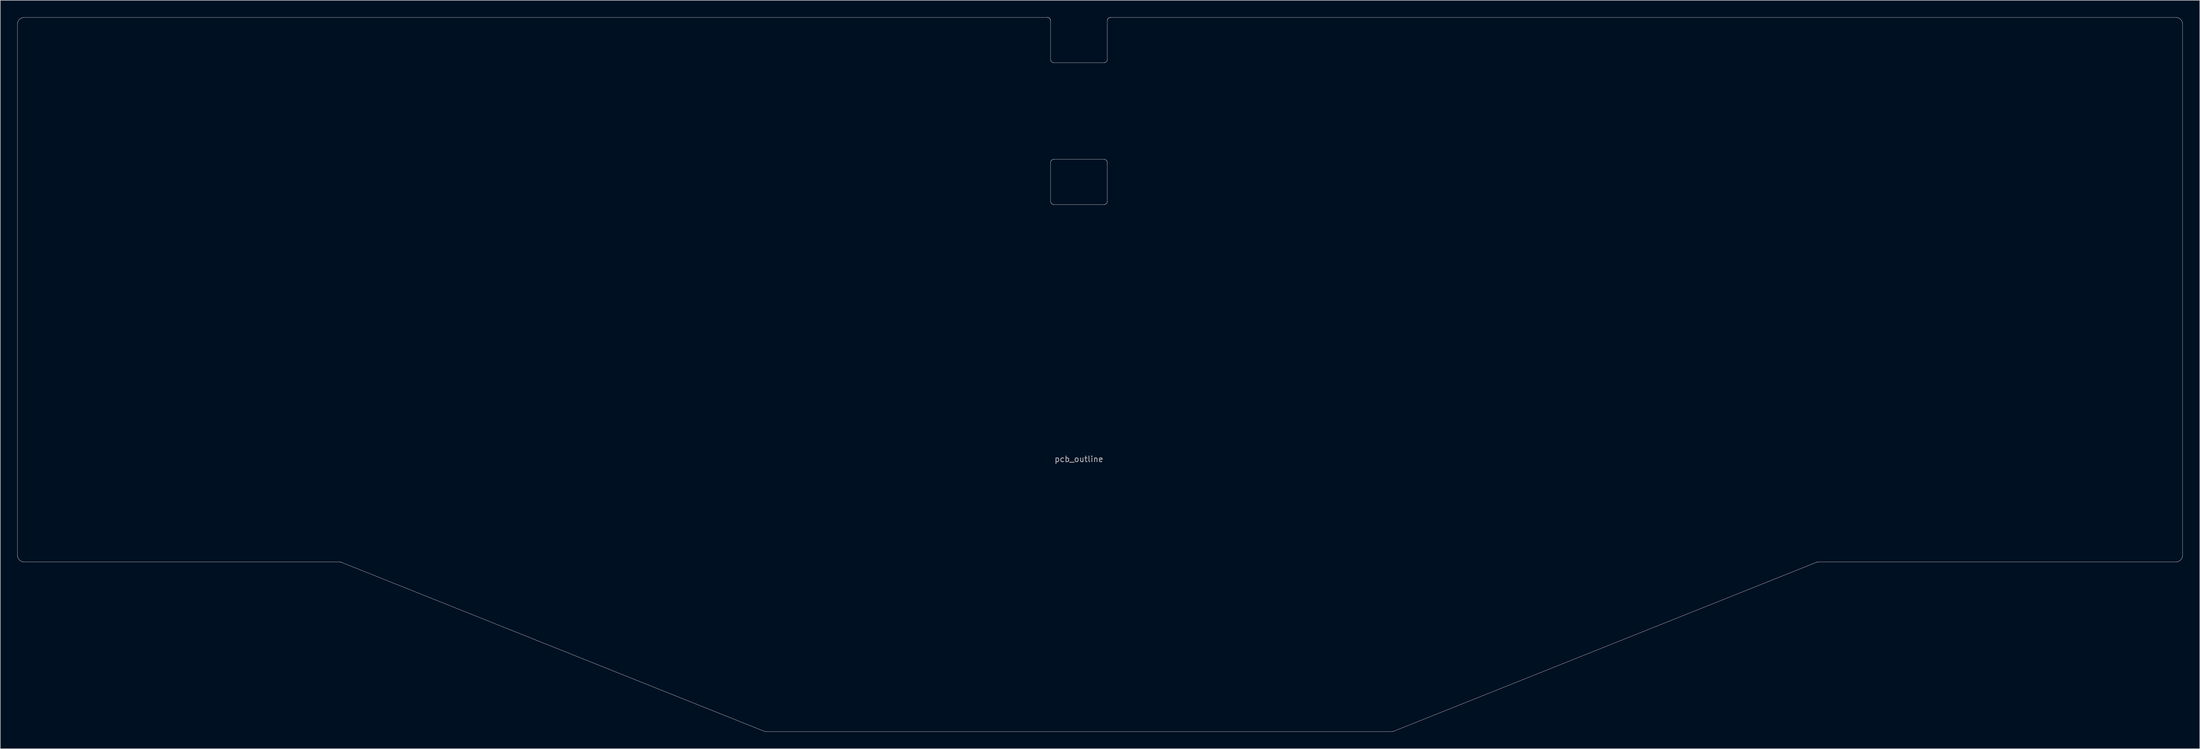
<source format=kicad_pcb>
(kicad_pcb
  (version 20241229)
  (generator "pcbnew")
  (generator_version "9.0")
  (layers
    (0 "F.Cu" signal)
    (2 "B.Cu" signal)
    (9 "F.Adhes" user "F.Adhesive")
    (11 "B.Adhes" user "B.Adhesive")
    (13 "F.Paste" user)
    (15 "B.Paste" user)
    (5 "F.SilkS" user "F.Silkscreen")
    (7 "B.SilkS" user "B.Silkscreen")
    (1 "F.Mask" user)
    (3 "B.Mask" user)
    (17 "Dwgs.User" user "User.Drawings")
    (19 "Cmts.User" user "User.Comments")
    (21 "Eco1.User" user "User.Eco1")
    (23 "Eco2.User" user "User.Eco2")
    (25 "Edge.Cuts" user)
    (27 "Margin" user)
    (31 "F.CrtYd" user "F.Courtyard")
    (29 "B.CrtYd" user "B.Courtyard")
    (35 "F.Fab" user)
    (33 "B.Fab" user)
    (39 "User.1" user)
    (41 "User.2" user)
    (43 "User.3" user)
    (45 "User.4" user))
  (footprint "pcb_outline"
    (layer "F.Cu")
    (at 187.251 77.118)
    (property "Reference" "pcb_outline" (at 0 0.893 0) (layer "F.Fab") (effects (font (size 1 1) (thickness 0.15))))
    (attr through_hole)
    (fp_line (start -129.777 0.000014) (end -128.587 0.000014) (stroke (width 0.05) (type solid)) (layer "Eco2.User"))
    (fp_line (start -128.587 0.000014) (end -128.587 1.191) (stroke (width 0.05) (type solid)) (layer "Eco2.User"))
    (fp_line (start -128.587 0) (end -128.587 -1.191) (stroke (width 0.05) (type solid)) (layer "Eco2.User"))
    (fp_line (start -127.397 0) (end -128.587 0) (stroke (width 0.05) (type solid)) (layer "Eco2.User"))
    (fp_line (start -1.191 0.000014) (end -0.000014 0.000014) (stroke (width 0.05) (type solid)) (layer "Eco2.User"))
    (fp_line (start -0.000014 0.000014) (end -0.000014 1.191) (stroke (width 0.05) (type solid)) (layer "Eco2.User"))
    (fp_line (start 0 0) (end 0 -1.191) (stroke (width 0.05) (type solid)) (layer "Eco2.User"))
    (fp_line (start 1.191 0) (end 0 0) (stroke (width 0.05) (type solid)) (layer "Eco2.User"))
    (fp_line (start 127.396 0.000014) (end 128.587 0.000014) (stroke (width 0.05) (type solid)) (layer "Eco2.User"))
    (fp_line (start 128.587 0) (end 128.587 -1.191) (stroke (width 0.05) (type solid)) (layer "Eco2.User"))
    (fp_line (start 128.587 0.000014) (end 128.587 1.191) (stroke (width 0.05) (type solid)) (layer "Eco2.User"))
    (fp_line (start 129.778 0) (end 128.587 0) (stroke (width 0.05) (type solid)) (layer "Eco2.User"))
    (fp_line (start -187.226 -75.902) (end -187.226 17.859) (stroke (width 0.05) (type solid)) (layer "Edge.Cuts"))
    (fp_line (start -187.226 17.859) (end -187.224 17.918) (stroke (width 0.05) (type solid)) (layer "Edge.Cuts"))
    (fp_line (start -187.224 -75.961) (end -187.226 -75.902) (stroke (width 0.05) (type solid)) (layer "Edge.Cuts"))
    (fp_line (start -187.224 17.918) (end -187.22 17.976) (stroke (width 0.05) (type solid)) (layer "Edge.Cuts"))
    (fp_line (start -187.22 -76.019) (end -187.224 -75.961) (stroke (width 0.05) (type solid)) (layer "Edge.Cuts"))
    (fp_line (start -187.22 17.976) (end -187.213 18.034) (stroke (width 0.05) (type solid)) (layer "Edge.Cuts"))
    (fp_line (start -187.213 -76.077) (end -187.22 -76.019) (stroke (width 0.05) (type solid)) (layer "Edge.Cuts"))
    (fp_line (start -187.213 18.034) (end -187.203 18.092) (stroke (width 0.05) (type solid)) (layer "Edge.Cuts"))
    (fp_line (start -187.203 -76.135) (end -187.213 -76.077) (stroke (width 0.05) (type solid)) (layer "Edge.Cuts"))
    (fp_line (start -187.203 18.092) (end -187.19 18.149) (stroke (width 0.05) (type solid)) (layer "Edge.Cuts"))
    (fp_line (start -187.19 -76.192) (end -187.203 -76.135) (stroke (width 0.05) (type solid)) (layer "Edge.Cuts"))
    (fp_line (start -187.19 18.149) (end -187.174 18.205) (stroke (width 0.05) (type solid)) (layer "Edge.Cuts"))
    (fp_line (start -187.174 -76.248) (end -187.19 -76.192) (stroke (width 0.05) (type solid)) (layer "Edge.Cuts"))
    (fp_line (start -187.174 18.205) (end -187.156 18.261) (stroke (width 0.05) (type solid)) (layer "Edge.Cuts"))
    (fp_line (start -187.156 -76.303) (end -187.174 -76.248) (stroke (width 0.05) (type solid)) (layer "Edge.Cuts"))
    (fp_line (start -187.156 18.261) (end -187.135 18.315) (stroke (width 0.05) (type solid)) (layer "Edge.Cuts"))
    (fp_line (start -187.135 -76.358) (end -187.156 -76.303) (stroke (width 0.05) (type solid)) (layer "Edge.Cuts"))
    (fp_line (start -187.135 18.315) (end -187.111 18.368) (stroke (width 0.05) (type solid)) (layer "Edge.Cuts"))
    (fp_line (start -187.111 -76.411) (end -187.135 -76.358) (stroke (width 0.05) (type solid)) (layer "Edge.Cuts"))
    (fp_line (start -187.111 18.368) (end -187.085 18.421) (stroke (width 0.05) (type solid)) (layer "Edge.Cuts"))
    (fp_line (start -187.085 -76.464) (end -187.111 -76.411) (stroke (width 0.05) (type solid)) (layer "Edge.Cuts"))
    (fp_line (start -187.085 18.421) (end -187.056 18.471) (stroke (width 0.05) (type solid)) (layer "Edge.Cuts"))
    (fp_line (start -187.056 -76.514) (end -187.085 -76.464) (stroke (width 0.05) (type solid)) (layer "Edge.Cuts"))
    (fp_line (start -187.056 18.471) (end -187.025 18.521) (stroke (width 0.05) (type solid)) (layer "Edge.Cuts"))
    (fp_line (start -187.025 -76.564) (end -187.056 -76.514) (stroke (width 0.05) (type solid)) (layer "Edge.Cuts"))
    (fp_line (start -187.025 18.521) (end -186.991 18.569) (stroke (width 0.05) (type solid)) (layer "Edge.Cuts"))
    (fp_line (start -186.991 -76.612) (end -187.025 -76.564) (stroke (width 0.05) (type solid)) (layer "Edge.Cuts"))
    (fp_line (start -186.991 18.569) (end -186.956 18.615) (stroke (width 0.05) (type solid)) (layer "Edge.Cuts"))
    (fp_line (start -186.956 -76.658) (end -186.991 -76.612) (stroke (width 0.05) (type solid)) (layer "Edge.Cuts"))
    (fp_line (start -186.956 18.615) (end -186.917 18.659) (stroke (width 0.05) (type solid)) (layer "Edge.Cuts"))
    (fp_line (start -186.917 -76.702) (end -186.956 -76.658) (stroke (width 0.05) (type solid)) (layer "Edge.Cuts"))
    (fp_line (start -186.917 18.659) (end -186.877 18.701) (stroke (width 0.05) (type solid)) (layer "Edge.Cuts"))
    (fp_line (start -186.877 -76.744) (end -186.917 -76.702) (stroke (width 0.05) (type solid)) (layer "Edge.Cuts"))
    (fp_line (start -186.877 18.701) (end -186.835 18.742) (stroke (width 0.05) (type solid)) (layer "Edge.Cuts"))
    (fp_line (start -186.835 -76.784) (end -186.877 -76.744) (stroke (width 0.05) (type solid)) (layer "Edge.Cuts"))
    (fp_line (start -186.835 18.742) (end -186.79 18.78) (stroke (width 0.05) (type solid)) (layer "Edge.Cuts"))
    (fp_line (start -186.79 -76.823) (end -186.835 -76.784) (stroke (width 0.05) (type solid)) (layer "Edge.Cuts"))
    (fp_line (start -186.79 18.78) (end -186.744 18.816) (stroke (width 0.05) (type solid)) (layer "Edge.Cuts"))
    (fp_line (start -186.744 -76.859) (end -186.79 -76.823) (stroke (width 0.05) (type solid)) (layer "Edge.Cuts"))
    (fp_line (start -186.744 18.816) (end -186.697 18.849) (stroke (width 0.05) (type solid)) (layer "Edge.Cuts"))
    (fp_line (start -186.697 -76.892) (end -186.744 -76.859) (stroke (width 0.05) (type solid)) (layer "Edge.Cuts"))
    (fp_line (start -186.697 18.849) (end -186.647 18.881) (stroke (width 0.05) (type solid)) (layer "Edge.Cuts"))
    (fp_line (start -186.647 -76.924) (end -186.697 -76.892) (stroke (width 0.05) (type solid)) (layer "Edge.Cuts"))
    (fp_line (start -186.647 18.881) (end -186.596 18.909) (stroke (width 0.05) (type solid)) (layer "Edge.Cuts"))
    (fp_line (start -186.596 -76.952) (end -186.647 -76.924) (stroke (width 0.05) (type solid)) (layer "Edge.Cuts"))
    (fp_line (start -186.596 18.909) (end -186.544 18.936) (stroke (width 0.05) (type solid)) (layer "Edge.Cuts"))
    (fp_line (start -186.544 -76.979) (end -186.596 -76.952) (stroke (width 0.05) (type solid)) (layer "Edge.Cuts"))
    (fp_line (start -186.544 18.936) (end -186.491 18.959) (stroke (width 0.05) (type solid)) (layer "Edge.Cuts"))
    (fp_line (start -186.491 -77.002) (end -186.544 -76.979) (stroke (width 0.05) (type solid)) (layer "Edge.Cuts"))
    (fp_line (start -186.491 18.959) (end -186.436 18.98) (stroke (width 0.05) (type solid)) (layer "Edge.Cuts"))
    (fp_line (start -186.436 -77.023) (end -186.491 -77.002) (stroke (width 0.05) (type solid)) (layer "Edge.Cuts"))
    (fp_line (start -186.436 18.98) (end -186.381 18.999) (stroke (width 0.05) (type solid)) (layer "Edge.Cuts"))
    (fp_line (start -186.381 -77.042) (end -186.436 -77.023) (stroke (width 0.05) (type solid)) (layer "Edge.Cuts"))
    (fp_line (start -186.381 18.999) (end -186.324 19.014) (stroke (width 0.05) (type solid)) (layer "Edge.Cuts"))
    (fp_line (start -186.324 -77.057) (end -186.381 -77.042) (stroke (width 0.05) (type solid)) (layer "Edge.Cuts"))
    (fp_line (start -186.324 19.014) (end -186.267 19.027) (stroke (width 0.05) (type solid)) (layer "Edge.Cuts"))
    (fp_line (start -186.267 -77.07) (end -186.324 -77.057) (stroke (width 0.05) (type solid)) (layer "Edge.Cuts"))
    (fp_line (start -186.267 19.027) (end -186.21 19.037) (stroke (width 0.05) (type solid)) (layer "Edge.Cuts"))
    (fp_line (start -186.21 -77.08) (end -186.267 -77.07) (stroke (width 0.05) (type solid)) (layer "Edge.Cuts"))
    (fp_line (start -186.21 19.037) (end -186.152 19.044) (stroke (width 0.05) (type solid)) (layer "Edge.Cuts"))
    (fp_line (start -186.152 -77.087) (end -186.21 -77.08) (stroke (width 0.05) (type solid)) (layer "Edge.Cuts"))
    (fp_line (start -186.152 19.044) (end -186.094 19.049) (stroke (width 0.05) (type solid)) (layer "Edge.Cuts"))
    (fp_line (start -186.094 -77.091) (end -186.152 -77.087) (stroke (width 0.05) (type solid)) (layer "Edge.Cuts"))
    (fp_line (start -186.094 19.049) (end -186.035 19.05) (stroke (width 0.05) (type solid)) (layer "Edge.Cuts"))
    (fp_line (start -186.035 -77.093) (end -186.094 -77.091) (stroke (width 0.05) (type solid)) (layer "Edge.Cuts"))
    (fp_line (start -186.035 19.05) (end -130.491 19.05) (stroke (width 0.05) (type solid)) (layer "Edge.Cuts"))
    (fp_line (start -130.491 19.05) (end -130.475 19.05) (stroke (width 0.05) (type solid)) (layer "Edge.Cuts"))
    (fp_line (start -130.475 19.05) (end -130.44 19.051) (stroke (width 0.05) (type solid)) (layer "Edge.Cuts"))
    (fp_line (start -130.44 19.051) (end -130.41 19.052) (stroke (width 0.05) (type solid)) (layer "Edge.Cuts"))
    (fp_line (start -130.41 19.052) (end -130.381 19.055) (stroke (width 0.05) (type solid)) (layer "Edge.Cuts"))
    (fp_line (start -130.381 19.055) (end -130.353 19.058) (stroke (width 0.05) (type solid)) (layer "Edge.Cuts"))
    (fp_line (start -130.353 19.058) (end -130.323 19.061) (stroke (width 0.05) (type solid)) (layer "Edge.Cuts"))
    (fp_line (start -130.323 19.061) (end -130.295 19.065) (stroke (width 0.05) (type solid)) (layer "Edge.Cuts"))
    (fp_line (start -130.295 19.065) (end -130.265 19.07) (stroke (width 0.05) (type solid)) (layer "Edge.Cuts"))
    (fp_line (start -130.265 19.07) (end -130.237 19.076) (stroke (width 0.05) (type solid)) (layer "Edge.Cuts"))
    (fp_line (start -130.237 19.076) (end -130.208 19.082) (stroke (width 0.05) (type solid)) (layer "Edge.Cuts"))
    (fp_line (start -130.208 19.082) (end -130.18 19.09) (stroke (width 0.05) (type solid)) (layer "Edge.Cuts"))
    (fp_line (start -130.18 19.09) (end -130.152 19.097) (stroke (width 0.05) (type solid)) (layer "Edge.Cuts"))
    (fp_line (start -130.152 19.097) (end -130.124 19.106) (stroke (width 0.05) (type solid)) (layer "Edge.Cuts"))
    (fp_line (start -130.124 19.106) (end -130.095 19.116) (stroke (width 0.05) (type solid)) (layer "Edge.Cuts"))
    (fp_line (start -130.095 19.116) (end -130.07 19.124) (stroke (width 0.05) (type solid)) (layer "Edge.Cuts"))
    (fp_line (start -130.07 19.124) (end -130.046 19.133) (stroke (width 0.05) (type solid)) (layer "Edge.Cuts"))
    (fp_line (start -130.046 19.133) (end -130.036 19.137) (stroke (width 0.05) (type solid)) (layer "Edge.Cuts"))
    (fp_line (start -130.036 19.137) (end -55.578 48.922) (stroke (width 0.05) (type solid)) (layer "Edge.Cuts"))
    (fp_line (start -55.578 48.922) (end -55.523 48.943) (stroke (width 0.05) (type solid)) (layer "Edge.Cuts"))
    (fp_line (start -55.523 48.943) (end -55.467 48.96) (stroke (width 0.05) (type solid)) (layer "Edge.Cuts"))
    (fp_line (start -55.467 48.96) (end -55.41 48.975) (stroke (width 0.05) (type solid)) (layer "Edge.Cuts"))
    (fp_line (start -55.41 48.975) (end -55.353 48.987) (stroke (width 0.05) (type solid)) (layer "Edge.Cuts"))
    (fp_line (start -55.353 48.987) (end -55.296 48.996) (stroke (width 0.05) (type solid)) (layer "Edge.Cuts"))
    (fp_line (start -55.296 48.996) (end -55.237 49.003) (stroke (width 0.05) (type solid)) (layer "Edge.Cuts"))
    (fp_line (start -55.237 49.003) (end -55.179 49.007) (stroke (width 0.05) (type solid)) (layer "Edge.Cuts"))
    (fp_line (start -55.179 49.007) (end -55.135 49.007) (stroke (width 0.05) (type solid)) (layer "Edge.Cuts"))
    (fp_line (start -55.135 49.007) (end 55.135 49.007) (stroke (width 0.05) (type solid)) (layer "Edge.Cuts"))
    (fp_line (start -5.599 -77.093) (end -186.035 -77.093) (stroke (width 0.05) (type solid)) (layer "Edge.Cuts"))
    (fp_line (start -5.592 -77.093) (end -5.599 -77.093) (stroke (width 0.05) (type solid)) (layer "Edge.Cuts"))
    (fp_line (start -5.573 -77.092) (end -5.592 -77.093) (stroke (width 0.05) (type solid)) (layer "Edge.Cuts"))
    (fp_line (start -5.559 -77.092) (end -5.573 -77.092) (stroke (width 0.05) (type solid)) (layer "Edge.Cuts"))
    (fp_line (start -5.544 -77.091) (end -5.559 -77.092) (stroke (width 0.05) (type solid)) (layer "Edge.Cuts"))
    (fp_line (start -5.53 -77.089) (end -5.544 -77.091) (stroke (width 0.05) (type solid)) (layer "Edge.Cuts"))
    (fp_line (start -5.515 -77.087) (end -5.53 -77.089) (stroke (width 0.05) (type solid)) (layer "Edge.Cuts"))
    (fp_line (start -5.501 -77.085) (end -5.515 -77.087) (stroke (width 0.05) (type solid)) (layer "Edge.Cuts"))
    (fp_line (start -5.486 -77.083) (end -5.501 -77.085) (stroke (width 0.05) (type solid)) (layer "Edge.Cuts"))
    (fp_line (start -5.472 -77.08) (end -5.486 -77.083) (stroke (width 0.05) (type solid)) (layer "Edge.Cuts"))
    (fp_line (start -5.458 -77.077) (end -5.472 -77.08) (stroke (width 0.05) (type solid)) (layer "Edge.Cuts"))
    (fp_line (start -5.443 -77.073) (end -5.458 -77.077) (stroke (width 0.05) (type solid)) (layer "Edge.Cuts"))
    (fp_line (start -5.429 -77.069) (end -5.443 -77.073) (stroke (width 0.05) (type solid)) (layer "Edge.Cuts"))
    (fp_line (start -5.416 -77.065) (end -5.429 -77.069) (stroke (width 0.05) (type solid)) (layer "Edge.Cuts"))
    (fp_line (start -5.401 -77.06) (end -5.416 -77.065) (stroke (width 0.05) (type solid)) (layer "Edge.Cuts"))
    (fp_line (start -5.388 -77.056) (end -5.401 -77.06) (stroke (width 0.05) (type solid)) (layer "Edge.Cuts"))
    (fp_line (start -5.374 -77.05) (end -5.388 -77.056) (stroke (width 0.05) (type solid)) (layer "Edge.Cuts"))
    (fp_line (start -5.361 -77.045) (end -5.374 -77.05) (stroke (width 0.05) (type solid)) (layer "Edge.Cuts"))
    (fp_line (start -5.348 -77.039) (end -5.361 -77.045) (stroke (width 0.05) (type solid)) (layer "Edge.Cuts"))
    (fp_line (start -5.334 -77.032) (end -5.348 -77.039) (stroke (width 0.05) (type solid)) (layer "Edge.Cuts"))
    (fp_line (start -5.321 -77.026) (end -5.334 -77.032) (stroke (width 0.05) (type solid)) (layer "Edge.Cuts"))
    (fp_line (start -5.308 -77.019) (end -5.321 -77.026) (stroke (width 0.05) (type solid)) (layer "Edge.Cuts"))
    (fp_line (start -5.296 -77.012) (end -5.308 -77.019) (stroke (width 0.05) (type solid)) (layer "Edge.Cuts"))
    (fp_line (start -5.283 -77.004) (end -5.296 -77.012) (stroke (width 0.05) (type solid)) (layer "Edge.Cuts"))
    (fp_line (start -5.271 -76.996) (end -5.283 -77.004) (stroke (width 0.05) (type solid)) (layer "Edge.Cuts"))
    (fp_line (start -5.259 -76.989) (end -5.271 -76.996) (stroke (width 0.05) (type solid)) (layer "Edge.Cuts"))
    (fp_line (start -5.246 -76.98) (end -5.259 -76.989) (stroke (width 0.05) (type solid)) (layer "Edge.Cuts"))
    (fp_line (start -5.235 -76.972) (end -5.246 -76.98) (stroke (width 0.05) (type solid)) (layer "Edge.Cuts"))
    (fp_line (start -5.223 -76.962) (end -5.235 -76.972) (stroke (width 0.05) (type solid)) (layer "Edge.Cuts"))
    (fp_line (start -5.212 -76.953) (end -5.223 -76.962) (stroke (width 0.05) (type solid)) (layer "Edge.Cuts"))
    (fp_line (start -5.201 -76.944) (end -5.212 -76.953) (stroke (width 0.05) (type solid)) (layer "Edge.Cuts"))
    (fp_line (start -5.19 -76.933) (end -5.201 -76.944) (stroke (width 0.05) (type solid)) (layer "Edge.Cuts"))
    (fp_line (start -5.179 -76.924) (end -5.19 -76.933) (stroke (width 0.05) (type solid)) (layer "Edge.Cuts"))
    (fp_line (start -5.169 -76.913) (end -5.179 -76.924) (stroke (width 0.05) (type solid)) (layer "Edge.Cuts"))
    (fp_line (start -5.159 -76.903) (end -5.169 -76.913) (stroke (width 0.05) (type solid)) (layer "Edge.Cuts"))
    (fp_line (start -5.149 -76.892) (end -5.159 -76.903) (stroke (width 0.05) (type solid)) (layer "Edge.Cuts"))
    (fp_line (start -5.14 -76.881) (end -5.149 -76.892) (stroke (width 0.05) (type solid)) (layer "Edge.Cuts"))
    (fp_line (start -5.131 -76.87) (end -5.14 -76.881) (stroke (width 0.05) (type solid)) (layer "Edge.Cuts"))
    (fp_line (start -5.121 -76.858) (end -5.131 -76.87) (stroke (width 0.05) (type solid)) (layer "Edge.Cuts"))
    (fp_line (start -5.113 -76.847) (end -5.121 -76.858) (stroke (width 0.05) (type solid)) (layer "Edge.Cuts"))
    (fp_line (start -5.104 -76.834) (end -5.113 -76.847) (stroke (width 0.05) (type solid)) (layer "Edge.Cuts"))
    (fp_line (start -5.097 -76.822) (end -5.104 -76.834) (stroke (width 0.05) (type solid)) (layer "Edge.Cuts"))
    (fp_line (start -5.089 -76.81) (end -5.097 -76.822) (stroke (width 0.05) (type solid)) (layer "Edge.Cuts"))
    (fp_line (start -5.081 -76.797) (end -5.089 -76.81) (stroke (width 0.05) (type solid)) (layer "Edge.Cuts"))
    (fp_line (start -5.074 -76.785) (end -5.081 -76.797) (stroke (width 0.05) (type solid)) (layer "Edge.Cuts"))
    (fp_line (start -5.067 -76.772) (end -5.074 -76.785) (stroke (width 0.05) (type solid)) (layer "Edge.Cuts"))
    (fp_line (start -5.061 -76.759) (end -5.067 -76.772) (stroke (width 0.05) (type solid)) (layer "Edge.Cuts"))
    (fp_line (start -5.054 -76.745) (end -5.061 -76.759) (stroke (width 0.05) (type solid)) (layer "Edge.Cuts"))
    (fp_line (start -5.048 -76.732) (end -5.054 -76.745) (stroke (width 0.05) (type solid)) (layer "Edge.Cuts"))
    (fp_line (start -5.043 -76.719) (end -5.048 -76.732) (stroke (width 0.05) (type solid)) (layer "Edge.Cuts"))
    (fp_line (start -5.037 -76.705) (end -5.043 -76.719) (stroke (width 0.05) (type solid)) (layer "Edge.Cuts"))
    (fp_line (start -5.033 -76.692) (end -5.037 -76.705) (stroke (width 0.05) (type solid)) (layer "Edge.Cuts"))
    (fp_line (start -5.028 -76.677) (end -5.033 -76.692) (stroke (width 0.05) (type solid)) (layer "Edge.Cuts"))
    (fp_line (start -5.024 -76.664) (end -5.028 -76.677) (stroke (width 0.05) (type solid)) (layer "Edge.Cuts"))
    (fp_line (start -5.02 -76.65) (end -5.024 -76.664) (stroke (width 0.05) (type solid)) (layer "Edge.Cuts"))
    (fp_line (start -5.016 -76.635) (end -5.02 -76.65) (stroke (width 0.05) (type solid)) (layer "Edge.Cuts"))
    (fp_line (start -5.013 -76.621) (end -5.016 -76.635) (stroke (width 0.05) (type solid)) (layer "Edge.Cuts"))
    (fp_line (start -5.01 -76.606) (end -5.013 -76.621) (stroke (width 0.05) (type solid)) (layer "Edge.Cuts"))
    (fp_line (start -5.008 -76.592) (end -5.01 -76.606) (stroke (width 0.05) (type solid)) (layer "Edge.Cuts"))
    (fp_line (start -5.006 -76.578) (end -5.008 -76.592) (stroke (width 0.05) (type solid)) (layer "Edge.Cuts"))
    (fp_line (start -5.004 -76.563) (end -5.006 -76.578) (stroke (width 0.05) (type solid)) (layer "Edge.Cuts"))
    (fp_line (start -5.002 -76.549) (end -5.004 -76.563) (stroke (width 0.05) (type solid)) (layer "Edge.Cuts"))
    (fp_line (start -5.001 -76.534) (end -5.002 -76.549) (stroke (width 0.05) (type solid)) (layer "Edge.Cuts"))
    (fp_line (start -5.001 -76.52) (end -5.001 -76.534) (stroke (width 0.05) (type solid)) (layer "Edge.Cuts"))
    (fp_line (start -5 -76.501) (end -5.001 -76.52) (stroke (width 0.05) (type solid)) (layer "Edge.Cuts"))
    (fp_line (start -5 -76.493) (end -5 -76.501) (stroke (width 0.05) (type solid)) (layer "Edge.Cuts"))
    (fp_line (start -5 -69.688) (end -5 -76.493) (stroke (width 0.05) (type solid)) (layer "Edge.Cuts"))
    (fp_line (start -5 -51.448) (end -4.999 -51.477) (stroke (width 0.05) (type solid)) (layer "Edge.Cuts"))
    (fp_line (start -5 -44.638) (end -5 -51.448) (stroke (width 0.05) (type solid)) (layer "Edge.Cuts"))
    (fp_line (start -4.999 -69.659) (end -5 -69.688) (stroke (width 0.05) (type solid)) (layer "Edge.Cuts"))
    (fp_line (start -4.999 -51.477) (end -4.997 -51.506) (stroke (width 0.05) (type solid)) (layer "Edge.Cuts"))
    (fp_line (start -4.999 -44.609) (end -5 -44.638) (stroke (width 0.05) (type solid)) (layer "Edge.Cuts"))
    (fp_line (start -4.997 -69.63) (end -4.999 -69.659) (stroke (width 0.05) (type solid)) (layer "Edge.Cuts"))
    (fp_line (start -4.997 -51.506) (end -4.994 -51.535) (stroke (width 0.05) (type solid)) (layer "Edge.Cuts"))
    (fp_line (start -4.997 -44.58) (end -4.999 -44.609) (stroke (width 0.05) (type solid)) (layer "Edge.Cuts"))
    (fp_line (start -4.994 -69.601) (end -4.997 -69.63) (stroke (width 0.05) (type solid)) (layer "Edge.Cuts"))
    (fp_line (start -4.994 -51.535) (end -4.989 -51.564) (stroke (width 0.05) (type solid)) (layer "Edge.Cuts"))
    (fp_line (start -4.994 -44.551) (end -4.997 -44.58) (stroke (width 0.05) (type solid)) (layer "Edge.Cuts"))
    (fp_line (start -4.989 -69.572) (end -4.994 -69.601) (stroke (width 0.05) (type solid)) (layer "Edge.Cuts"))
    (fp_line (start -4.989 -51.564) (end -4.982 -51.592) (stroke (width 0.05) (type solid)) (layer "Edge.Cuts"))
    (fp_line (start -4.989 -44.522) (end -4.994 -44.551) (stroke (width 0.05) (type solid)) (layer "Edge.Cuts"))
    (fp_line (start -4.982 -69.544) (end -4.989 -69.572) (stroke (width 0.05) (type solid)) (layer "Edge.Cuts"))
    (fp_line (start -4.982 -51.592) (end -4.974 -51.62) (stroke (width 0.05) (type solid)) (layer "Edge.Cuts"))
    (fp_line (start -4.982 -44.494) (end -4.989 -44.522) (stroke (width 0.05) (type solid)) (layer "Edge.Cuts"))
    (fp_line (start -4.974 -69.516) (end -4.982 -69.544) (stroke (width 0.05) (type solid)) (layer "Edge.Cuts"))
    (fp_line (start -4.974 -51.62) (end -4.965 -51.648) (stroke (width 0.05) (type solid)) (layer "Edge.Cuts"))
    (fp_line (start -4.974 -44.465) (end -4.982 -44.494) (stroke (width 0.05) (type solid)) (layer "Edge.Cuts"))
    (fp_line (start -4.965 -69.488) (end -4.974 -69.516) (stroke (width 0.05) (type solid)) (layer "Edge.Cuts"))
    (fp_line (start -4.965 -51.648) (end -4.955 -51.675) (stroke (width 0.05) (type solid)) (layer "Edge.Cuts"))
    (fp_line (start -4.965 -44.438) (end -4.974 -44.465) (stroke (width 0.05) (type solid)) (layer "Edge.Cuts"))
    (fp_line (start -4.955 -69.46) (end -4.965 -69.488) (stroke (width 0.05) (type solid)) (layer "Edge.Cuts"))
    (fp_line (start -4.955 -51.675) (end -4.943 -51.702) (stroke (width 0.05) (type solid)) (layer "Edge.Cuts"))
    (fp_line (start -4.955 -44.41) (end -4.965 -44.438) (stroke (width 0.05) (type solid)) (layer "Edge.Cuts"))
    (fp_line (start -4.943 -69.434) (end -4.955 -69.46) (stroke (width 0.05) (type solid)) (layer "Edge.Cuts"))
    (fp_line (start -4.943 -51.702) (end -4.93 -51.728) (stroke (width 0.05) (type solid)) (layer "Edge.Cuts"))
    (fp_line (start -4.943 -44.384) (end -4.955 -44.41) (stroke (width 0.05) (type solid)) (layer "Edge.Cuts"))
    (fp_line (start -4.93 -69.408) (end -4.943 -69.434) (stroke (width 0.05) (type solid)) (layer "Edge.Cuts"))
    (fp_line (start -4.93 -51.728) (end -4.915 -51.754) (stroke (width 0.05) (type solid)) (layer "Edge.Cuts"))
    (fp_line (start -4.93 -44.358) (end -4.943 -44.384) (stroke (width 0.05) (type solid)) (layer "Edge.Cuts"))
    (fp_line (start -4.915 -69.382) (end -4.93 -69.408) (stroke (width 0.05) (type solid)) (layer "Edge.Cuts"))
    (fp_line (start -4.915 -51.754) (end -4.9 -51.778) (stroke (width 0.05) (type solid)) (layer "Edge.Cuts"))
    (fp_line (start -4.915 -44.332) (end -4.93 -44.358) (stroke (width 0.05) (type solid)) (layer "Edge.Cuts"))
    (fp_line (start -4.9 -69.358) (end -4.915 -69.382) (stroke (width 0.05) (type solid)) (layer "Edge.Cuts"))
    (fp_line (start -4.9 -51.778) (end -4.883 -51.802) (stroke (width 0.05) (type solid)) (layer "Edge.Cuts"))
    (fp_line (start -4.9 -44.307) (end -4.915 -44.332) (stroke (width 0.05) (type solid)) (layer "Edge.Cuts"))
    (fp_line (start -4.883 -69.334) (end -4.9 -69.358) (stroke (width 0.05) (type solid)) (layer "Edge.Cuts"))
    (fp_line (start -4.883 -51.802) (end -4.865 -51.825) (stroke (width 0.05) (type solid)) (layer "Edge.Cuts"))
    (fp_line (start -4.883 -44.284) (end -4.9 -44.307) (stroke (width 0.05) (type solid)) (layer "Edge.Cuts"))
    (fp_line (start -4.865 -69.311) (end -4.883 -69.334) (stroke (width 0.05) (type solid)) (layer "Edge.Cuts"))
    (fp_line (start -4.865 -51.825) (end -4.846 -51.847) (stroke (width 0.05) (type solid)) (layer "Edge.Cuts"))
    (fp_line (start -4.865 -44.261) (end -4.883 -44.284) (stroke (width 0.05) (type solid)) (layer "Edge.Cuts"))
    (fp_line (start -4.846 -69.288) (end -4.865 -69.311) (stroke (width 0.05) (type solid)) (layer "Edge.Cuts"))
    (fp_line (start -4.846 -51.847) (end -4.826 -51.869) (stroke (width 0.05) (type solid)) (layer "Edge.Cuts"))
    (fp_line (start -4.846 -44.239) (end -4.865 -44.261) (stroke (width 0.05) (type solid)) (layer "Edge.Cuts"))
    (fp_line (start -4.826 -69.267) (end -4.846 -69.288) (stroke (width 0.05) (type solid)) (layer "Edge.Cuts"))
    (fp_line (start -4.826 -51.869) (end -4.804 -51.889) (stroke (width 0.05) (type solid)) (layer "Edge.Cuts"))
    (fp_line (start -4.826 -44.217) (end -4.846 -44.239) (stroke (width 0.05) (type solid)) (layer "Edge.Cuts"))
    (fp_line (start -4.804 -69.247) (end -4.826 -69.267) (stroke (width 0.05) (type solid)) (layer "Edge.Cuts"))
    (fp_line (start -4.804 -51.889) (end -4.782 -51.908) (stroke (width 0.05) (type solid)) (layer "Edge.Cuts"))
    (fp_line (start -4.804 -44.197) (end -4.826 -44.217) (stroke (width 0.05) (type solid)) (layer "Edge.Cuts"))
    (fp_line (start -4.782 -69.228) (end -4.804 -69.247) (stroke (width 0.05) (type solid)) (layer "Edge.Cuts"))
    (fp_line (start -4.782 -51.908) (end -4.759 -51.926) (stroke (width 0.05) (type solid)) (layer "Edge.Cuts"))
    (fp_line (start -4.782 -44.178) (end -4.804 -44.197) (stroke (width 0.05) (type solid)) (layer "Edge.Cuts"))
    (fp_line (start -4.759 -69.21) (end -4.782 -69.228) (stroke (width 0.05) (type solid)) (layer "Edge.Cuts"))
    (fp_line (start -4.759 -51.926) (end -4.735 -51.943) (stroke (width 0.05) (type solid)) (layer "Edge.Cuts"))
    (fp_line (start -4.759 -44.16) (end -4.782 -44.178) (stroke (width 0.05) (type solid)) (layer "Edge.Cuts"))
    (fp_line (start -4.735 -69.193) (end -4.759 -69.21) (stroke (width 0.05) (type solid)) (layer "Edge.Cuts"))
    (fp_line (start -4.735 -51.943) (end -4.711 -51.958) (stroke (width 0.05) (type solid)) (layer "Edge.Cuts"))
    (fp_line (start -4.735 -44.143) (end -4.759 -44.16) (stroke (width 0.05) (type solid)) (layer "Edge.Cuts"))
    (fp_line (start -4.711 -69.178) (end -4.735 -69.193) (stroke (width 0.05) (type solid)) (layer "Edge.Cuts"))
    (fp_line (start -4.711 -51.958) (end -4.685 -51.973) (stroke (width 0.05) (type solid)) (layer "Edge.Cuts"))
    (fp_line (start -4.711 -44.128) (end -4.735 -44.143) (stroke (width 0.05) (type solid)) (layer "Edge.Cuts"))
    (fp_line (start -4.685 -69.163) (end -4.711 -69.178) (stroke (width 0.05) (type solid)) (layer "Edge.Cuts"))
    (fp_line (start -4.685 -51.973) (end -4.659 -51.986) (stroke (width 0.05) (type solid)) (layer "Edge.Cuts"))
    (fp_line (start -4.685 -44.113) (end -4.711 -44.128) (stroke (width 0.05) (type solid)) (layer "Edge.Cuts"))
    (fp_line (start -4.659 -69.15) (end -4.685 -69.163) (stroke (width 0.05) (type solid)) (layer "Edge.Cuts"))
    (fp_line (start -4.659 -51.986) (end -4.633 -51.998) (stroke (width 0.05) (type solid)) (layer "Edge.Cuts"))
    (fp_line (start -4.659 -44.1) (end -4.685 -44.113) (stroke (width 0.05) (type solid)) (layer "Edge.Cuts"))
    (fp_line (start -4.633 -69.138) (end -4.659 -69.15) (stroke (width 0.05) (type solid)) (layer "Edge.Cuts"))
    (fp_line (start -4.633 -51.998) (end -4.605 -52.008) (stroke (width 0.05) (type solid)) (layer "Edge.Cuts"))
    (fp_line (start -4.633 -44.088) (end -4.659 -44.1) (stroke (width 0.05) (type solid)) (layer "Edge.Cuts"))
    (fp_line (start -4.605 -69.128) (end -4.633 -69.138) (stroke (width 0.05) (type solid)) (layer "Edge.Cuts"))
    (fp_line (start -4.605 -52.008) (end -4.577 -52.017) (stroke (width 0.05) (type solid)) (layer "Edge.Cuts"))
    (fp_line (start -4.605 -44.078) (end -4.633 -44.088) (stroke (width 0.05) (type solid)) (layer "Edge.Cuts"))
    (fp_line (start -4.577 -69.119) (end -4.605 -69.128) (stroke (width 0.05) (type solid)) (layer "Edge.Cuts"))
    (fp_line (start -4.577 -52.017) (end -4.549 -52.025) (stroke (width 0.05) (type solid)) (layer "Edge.Cuts"))
    (fp_line (start -4.577 -44.069) (end -4.605 -44.078) (stroke (width 0.05) (type solid)) (layer "Edge.Cuts"))
    (fp_line (start -4.549 -69.111) (end -4.577 -69.119) (stroke (width 0.05) (type solid)) (layer "Edge.Cuts"))
    (fp_line (start -4.549 -52.025) (end -4.521 -52.032) (stroke (width 0.05) (type solid)) (layer "Edge.Cuts"))
    (fp_line (start -4.549 -44.061) (end -4.577 -44.069) (stroke (width 0.05) (type solid)) (layer "Edge.Cuts"))
    (fp_line (start -4.521 -69.104) (end -4.549 -69.111) (stroke (width 0.05) (type solid)) (layer "Edge.Cuts"))
    (fp_line (start -4.521 -52.032) (end -4.492 -52.036) (stroke (width 0.05) (type solid)) (layer "Edge.Cuts"))
    (fp_line (start -4.521 -44.054) (end -4.549 -44.061) (stroke (width 0.05) (type solid)) (layer "Edge.Cuts"))
    (fp_line (start -4.492 -69.099) (end -4.521 -69.104) (stroke (width 0.05) (type solid)) (layer "Edge.Cuts"))
    (fp_line (start -4.492 -52.036) (end -4.463 -52.04) (stroke (width 0.05) (type solid)) (layer "Edge.Cuts"))
    (fp_line (start -4.492 -44.049) (end -4.521 -44.054) (stroke (width 0.05) (type solid)) (layer "Edge.Cuts"))
    (fp_line (start -4.463 -69.096) (end -4.492 -69.099) (stroke (width 0.05) (type solid)) (layer "Edge.Cuts"))
    (fp_line (start -4.463 -52.04) (end -4.434 -52.042) (stroke (width 0.05) (type solid)) (layer "Edge.Cuts"))
    (fp_line (start -4.463 -44.046) (end -4.492 -44.049) (stroke (width 0.05) (type solid)) (layer "Edge.Cuts"))
    (fp_line (start -4.434 -69.094) (end -4.463 -69.096) (stroke (width 0.05) (type solid)) (layer "Edge.Cuts"))
    (fp_line (start -4.434 -52.042) (end -4.405 -52.043) (stroke (width 0.05) (type solid)) (layer "Edge.Cuts"))
    (fp_line (start -4.434 -44.044) (end -4.463 -44.046) (stroke (width 0.05) (type solid)) (layer "Edge.Cuts"))
    (fp_line (start -4.405 -69.093) (end -4.434 -69.094) (stroke (width 0.05) (type solid)) (layer "Edge.Cuts"))
    (fp_line (start -4.405 -52.043) (end 4.405 -52.043) (stroke (width 0.05) (type solid)) (layer "Edge.Cuts"))
    (fp_line (start -4.405 -44.043) (end -4.434 -44.044) (stroke (width 0.05) (type solid)) (layer "Edge.Cuts"))
    (fp_line (start 4.405 -69.093) (end -4.405 -69.093) (stroke (width 0.05) (type solid)) (layer "Edge.Cuts"))
    (fp_line (start 4.405 -52.043) (end 4.434 -52.042) (stroke (width 0.05) (type solid)) (layer "Edge.Cuts"))
    (fp_line (start 4.405 -44.043) (end -4.405 -44.043) (stroke (width 0.05) (type solid)) (layer "Edge.Cuts"))
    (fp_line (start 4.434 -69.094) (end 4.405 -69.093) (stroke (width 0.05) (type solid)) (layer "Edge.Cuts"))
    (fp_line (start 4.434 -52.042) (end 4.463 -52.04) (stroke (width 0.05) (type solid)) (layer "Edge.Cuts"))
    (fp_line (start 4.434 -44.044) (end 4.405 -44.043) (stroke (width 0.05) (type solid)) (layer "Edge.Cuts"))
    (fp_line (start 4.463 -69.096) (end 4.434 -69.094) (stroke (width 0.05) (type solid)) (layer "Edge.Cuts"))
    (fp_line (start 4.463 -52.04) (end 4.492 -52.036) (stroke (width 0.05) (type solid)) (layer "Edge.Cuts"))
    (fp_line (start 4.463 -44.046) (end 4.434 -44.044) (stroke (width 0.05) (type solid)) (layer "Edge.Cuts"))
    (fp_line (start 4.492 -69.099) (end 4.463 -69.096) (stroke (width 0.05) (type solid)) (layer "Edge.Cuts"))
    (fp_line (start 4.492 -52.036) (end 4.521 -52.032) (stroke (width 0.05) (type solid)) (layer "Edge.Cuts"))
    (fp_line (start 4.492 -44.049) (end 4.463 -44.046) (stroke (width 0.05) (type solid)) (layer "Edge.Cuts"))
    (fp_line (start 4.521 -69.104) (end 4.492 -69.099) (stroke (width 0.05) (type solid)) (layer "Edge.Cuts"))
    (fp_line (start 4.521 -52.032) (end 4.549 -52.025) (stroke (width 0.05) (type solid)) (layer "Edge.Cuts"))
    (fp_line (start 4.521 -44.054) (end 4.492 -44.049) (stroke (width 0.05) (type solid)) (layer "Edge.Cuts"))
    (fp_line (start 4.549 -69.111) (end 4.521 -69.104) (stroke (width 0.05) (type solid)) (layer "Edge.Cuts"))
    (fp_line (start 4.549 -52.025) (end 4.577 -52.017) (stroke (width 0.05) (type solid)) (layer "Edge.Cuts"))
    (fp_line (start 4.549 -44.061) (end 4.521 -44.054) (stroke (width 0.05) (type solid)) (layer "Edge.Cuts"))
    (fp_line (start 4.577 -69.119) (end 4.549 -69.111) (stroke (width 0.05) (type solid)) (layer "Edge.Cuts"))
    (fp_line (start 4.577 -52.017) (end 4.605 -52.008) (stroke (width 0.05) (type solid)) (layer "Edge.Cuts"))
    (fp_line (start 4.577 -44.069) (end 4.549 -44.061) (stroke (width 0.05) (type solid)) (layer "Edge.Cuts"))
    (fp_line (start 4.605 -69.128) (end 4.577 -69.119) (stroke (width 0.05) (type solid)) (layer "Edge.Cuts"))
    (fp_line (start 4.605 -52.008) (end 4.633 -51.998) (stroke (width 0.05) (type solid)) (layer "Edge.Cuts"))
    (fp_line (start 4.605 -44.078) (end 4.577 -44.069) (stroke (width 0.05) (type solid)) (layer "Edge.Cuts"))
    (fp_line (start 4.633 -69.138) (end 4.605 -69.128) (stroke (width 0.05) (type solid)) (layer "Edge.Cuts"))
    (fp_line (start 4.633 -51.998) (end 4.659 -51.986) (stroke (width 0.05) (type solid)) (layer "Edge.Cuts"))
    (fp_line (start 4.633 -44.088) (end 4.605 -44.078) (stroke (width 0.05) (type solid)) (layer "Edge.Cuts"))
    (fp_line (start 4.659 -69.15) (end 4.633 -69.138) (stroke (width 0.05) (type solid)) (layer "Edge.Cuts"))
    (fp_line (start 4.659 -51.986) (end 4.685 -51.973) (stroke (width 0.05) (type solid)) (layer "Edge.Cuts"))
    (fp_line (start 4.659 -44.1) (end 4.633 -44.088) (stroke (width 0.05) (type solid)) (layer "Edge.Cuts"))
    (fp_line (start 4.685 -69.163) (end 4.659 -69.15) (stroke (width 0.05) (type solid)) (layer "Edge.Cuts"))
    (fp_line (start 4.685 -51.973) (end 4.711 -51.958) (stroke (width 0.05) (type solid)) (layer "Edge.Cuts"))
    (fp_line (start 4.685 -44.113) (end 4.659 -44.1) (stroke (width 0.05) (type solid)) (layer "Edge.Cuts"))
    (fp_line (start 4.711 -69.178) (end 4.685 -69.163) (stroke (width 0.05) (type solid)) (layer "Edge.Cuts"))
    (fp_line (start 4.711 -51.958) (end 4.735 -51.943) (stroke (width 0.05) (type solid)) (layer "Edge.Cuts"))
    (fp_line (start 4.711 -44.128) (end 4.685 -44.113) (stroke (width 0.05) (type solid)) (layer "Edge.Cuts"))
    (fp_line (start 4.735 -69.193) (end 4.711 -69.178) (stroke (width 0.05) (type solid)) (layer "Edge.Cuts"))
    (fp_line (start 4.735 -51.943) (end 4.759 -51.926) (stroke (width 0.05) (type solid)) (layer "Edge.Cuts"))
    (fp_line (start 4.735 -44.143) (end 4.711 -44.128) (stroke (width 0.05) (type solid)) (layer "Edge.Cuts"))
    (fp_line (start 4.759 -69.21) (end 4.735 -69.193) (stroke (width 0.05) (type solid)) (layer "Edge.Cuts"))
    (fp_line (start 4.759 -51.926) (end 4.782 -51.908) (stroke (width 0.05) (type solid)) (layer "Edge.Cuts"))
    (fp_line (start 4.759 -44.16) (end 4.735 -44.143) (stroke (width 0.05) (type solid)) (layer "Edge.Cuts"))
    (fp_line (start 4.782 -69.228) (end 4.759 -69.21) (stroke (width 0.05) (type solid)) (layer "Edge.Cuts"))
    (fp_line (start 4.782 -51.908) (end 4.804 -51.889) (stroke (width 0.05) (type solid)) (layer "Edge.Cuts"))
    (fp_line (start 4.782 -44.178) (end 4.759 -44.16) (stroke (width 0.05) (type solid)) (layer "Edge.Cuts"))
    (fp_line (start 4.804 -69.247) (end 4.782 -69.228) (stroke (width 0.05) (type solid)) (layer "Edge.Cuts"))
    (fp_line (start 4.804 -51.889) (end 4.826 -51.869) (stroke (width 0.05) (type solid)) (layer "Edge.Cuts"))
    (fp_line (start 4.804 -44.197) (end 4.782 -44.178) (stroke (width 0.05) (type solid)) (layer "Edge.Cuts"))
    (fp_line (start 4.826 -69.267) (end 4.804 -69.247) (stroke (width 0.05) (type solid)) (layer "Edge.Cuts"))
    (fp_line (start 4.826 -51.869) (end 4.846 -51.847) (stroke (width 0.05) (type solid)) (layer "Edge.Cuts"))
    (fp_line (start 4.826 -44.217) (end 4.804 -44.197) (stroke (width 0.05) (type solid)) (layer "Edge.Cuts"))
    (fp_line (start 4.846 -69.288) (end 4.826 -69.267) (stroke (width 0.05) (type solid)) (layer "Edge.Cuts"))
    (fp_line (start 4.846 -51.847) (end 4.865 -51.825) (stroke (width 0.05) (type solid)) (layer "Edge.Cuts"))
    (fp_line (start 4.846 -44.239) (end 4.826 -44.217) (stroke (width 0.05) (type solid)) (layer "Edge.Cuts"))
    (fp_line (start 4.865 -69.311) (end 4.846 -69.288) (stroke (width 0.05) (type solid)) (layer "Edge.Cuts"))
    (fp_line (start 4.865 -51.825) (end 4.883 -51.802) (stroke (width 0.05) (type solid)) (layer "Edge.Cuts"))
    (fp_line (start 4.865 -44.261) (end 4.846 -44.239) (stroke (width 0.05) (type solid)) (layer "Edge.Cuts"))
    (fp_line (start 4.883 -69.334) (end 4.865 -69.311) (stroke (width 0.05) (type solid)) (layer "Edge.Cuts"))
    (fp_line (start 4.883 -51.802) (end 4.9 -51.778) (stroke (width 0.05) (type solid)) (layer "Edge.Cuts"))
    (fp_line (start 4.883 -44.284) (end 4.865 -44.261) (stroke (width 0.05) (type solid)) (layer "Edge.Cuts"))
    (fp_line (start 4.9 -69.358) (end 4.883 -69.334) (stroke (width 0.05) (type solid)) (layer "Edge.Cuts"))
    (fp_line (start 4.9 -51.778) (end 4.915 -51.754) (stroke (width 0.05) (type solid)) (layer "Edge.Cuts"))
    (fp_line (start 4.9 -44.307) (end 4.883 -44.284) (stroke (width 0.05) (type solid)) (layer "Edge.Cuts"))
    (fp_line (start 4.915 -69.382) (end 4.9 -69.358) (stroke (width 0.05) (type solid)) (layer "Edge.Cuts"))
    (fp_line (start 4.915 -51.754) (end 4.93 -51.728) (stroke (width 0.05) (type solid)) (layer "Edge.Cuts"))
    (fp_line (start 4.915 -44.332) (end 4.9 -44.307) (stroke (width 0.05) (type solid)) (layer "Edge.Cuts"))
    (fp_line (start 4.93 -69.408) (end 4.915 -69.382) (stroke (width 0.05) (type solid)) (layer "Edge.Cuts"))
    (fp_line (start 4.93 -51.728) (end 4.943 -51.702) (stroke (width 0.05) (type solid)) (layer "Edge.Cuts"))
    (fp_line (start 4.93 -44.358) (end 4.915 -44.332) (stroke (width 0.05) (type solid)) (layer "Edge.Cuts"))
    (fp_line (start 4.943 -69.434) (end 4.93 -69.408) (stroke (width 0.05) (type solid)) (layer "Edge.Cuts"))
    (fp_line (start 4.943 -51.702) (end 4.955 -51.675) (stroke (width 0.05) (type solid)) (layer "Edge.Cuts"))
    (fp_line (start 4.943 -44.384) (end 4.93 -44.358) (stroke (width 0.05) (type solid)) (layer "Edge.Cuts"))
    (fp_line (start 4.955 -69.46) (end 4.943 -69.434) (stroke (width 0.05) (type solid)) (layer "Edge.Cuts"))
    (fp_line (start 4.955 -51.675) (end 4.965 -51.648) (stroke (width 0.05) (type solid)) (layer "Edge.Cuts"))
    (fp_line (start 4.955 -44.41) (end 4.943 -44.384) (stroke (width 0.05) (type solid)) (layer "Edge.Cuts"))
    (fp_line (start 4.965 -69.488) (end 4.955 -69.46) (stroke (width 0.05) (type solid)) (layer "Edge.Cuts"))
    (fp_line (start 4.965 -51.648) (end 4.974 -51.62) (stroke (width 0.05) (type solid)) (layer "Edge.Cuts"))
    (fp_line (start 4.965 -44.438) (end 4.955 -44.41) (stroke (width 0.05) (type solid)) (layer "Edge.Cuts"))
    (fp_line (start 4.974 -69.516) (end 4.965 -69.488) (stroke (width 0.05) (type solid)) (layer "Edge.Cuts"))
    (fp_line (start 4.974 -51.62) (end 4.982 -51.592) (stroke (width 0.05) (type solid)) (layer "Edge.Cuts"))
    (fp_line (start 4.974 -44.465) (end 4.965 -44.438) (stroke (width 0.05) (type solid)) (layer "Edge.Cuts"))
    (fp_line (start 4.982 -69.544) (end 4.974 -69.516) (stroke (width 0.05) (type solid)) (layer "Edge.Cuts"))
    (fp_line (start 4.982 -51.592) (end 4.989 -51.564) (stroke (width 0.05) (type solid)) (layer "Edge.Cuts"))
    (fp_line (start 4.982 -44.494) (end 4.974 -44.465) (stroke (width 0.05) (type solid)) (layer "Edge.Cuts"))
    (fp_line (start 4.989 -69.572) (end 4.982 -69.544) (stroke (width 0.05) (type solid)) (layer "Edge.Cuts"))
    (fp_line (start 4.989 -51.564) (end 4.994 -51.535) (stroke (width 0.05) (type solid)) (layer "Edge.Cuts"))
    (fp_line (start 4.989 -44.522) (end 4.982 -44.494) (stroke (width 0.05) (type solid)) (layer "Edge.Cuts"))
    (fp_line (start 4.994 -69.601) (end 4.989 -69.572) (stroke (width 0.05) (type solid)) (layer "Edge.Cuts"))
    (fp_line (start 4.994 -51.535) (end 4.997 -51.506) (stroke (width 0.05) (type solid)) (layer "Edge.Cuts"))
    (fp_line (start 4.994 -44.551) (end 4.989 -44.522) (stroke (width 0.05) (type solid)) (layer "Edge.Cuts"))
    (fp_line (start 4.997 -69.63) (end 4.994 -69.601) (stroke (width 0.05) (type solid)) (layer "Edge.Cuts"))
    (fp_line (start 4.997 -51.506) (end 4.999 -51.477) (stroke (width 0.05) (type solid)) (layer "Edge.Cuts"))
    (fp_line (start 4.997 -44.58) (end 4.994 -44.551) (stroke (width 0.05) (type solid)) (layer "Edge.Cuts"))
    (fp_line (start 4.999 -69.659) (end 4.997 -69.63) (stroke (width 0.05) (type solid)) (layer "Edge.Cuts"))
    (fp_line (start 4.999 -51.477) (end 5 -51.448) (stroke (width 0.05) (type solid)) (layer "Edge.Cuts"))
    (fp_line (start 4.999 -44.609) (end 4.997 -44.58) (stroke (width 0.05) (type solid)) (layer "Edge.Cuts"))
    (fp_line (start 5 -76.493) (end 5 -69.688) (stroke (width 0.05) (type solid)) (layer "Edge.Cuts"))
    (fp_line (start 5 -69.688) (end 4.999 -69.659) (stroke (width 0.05) (type solid)) (layer "Edge.Cuts"))
    (fp_line (start 5 -51.448) (end 5 -44.638) (stroke (width 0.05) (type solid)) (layer "Edge.Cuts"))
    (fp_line (start 5 -44.638) (end 4.999 -44.609) (stroke (width 0.05) (type solid)) (layer "Edge.Cuts"))
    (fp_line (start 5 -76.501) (end 5 -76.493) (stroke (width 0.05) (type solid)) (layer "Edge.Cuts"))
    (fp_line (start 5.001 -76.52) (end 5 -76.501) (stroke (width 0.05) (type solid)) (layer "Edge.Cuts"))
    (fp_line (start 5.001 -76.534) (end 5.001 -76.52) (stroke (width 0.05) (type solid)) (layer "Edge.Cuts"))
    (fp_line (start 5.002 -76.549) (end 5.001 -76.534) (stroke (width 0.05) (type solid)) (layer "Edge.Cuts"))
    (fp_line (start 5.004 -76.563) (end 5.002 -76.549) (stroke (width 0.05) (type solid)) (layer "Edge.Cuts"))
    (fp_line (start 5.006 -76.578) (end 5.004 -76.563) (stroke (width 0.05) (type solid)) (layer "Edge.Cuts"))
    (fp_line (start 5.008 -76.592) (end 5.006 -76.578) (stroke (width 0.05) (type solid)) (layer "Edge.Cuts"))
    (fp_line (start 5.01 -76.606) (end 5.008 -76.592) (stroke (width 0.05) (type solid)) (layer "Edge.Cuts"))
    (fp_line (start 5.013 -76.621) (end 5.01 -76.606) (stroke (width 0.05) (type solid)) (layer "Edge.Cuts"))
    (fp_line (start 5.016 -76.635) (end 5.013 -76.621) (stroke (width 0.05) (type solid)) (layer "Edge.Cuts"))
    (fp_line (start 5.02 -76.65) (end 5.016 -76.635) (stroke (width 0.05) (type solid)) (layer "Edge.Cuts"))
    (fp_line (start 5.024 -76.664) (end 5.02 -76.65) (stroke (width 0.05) (type solid)) (layer "Edge.Cuts"))
    (fp_line (start 5.028 -76.677) (end 5.024 -76.664) (stroke (width 0.05) (type solid)) (layer "Edge.Cuts"))
    (fp_line (start 5.033 -76.692) (end 5.028 -76.677) (stroke (width 0.05) (type solid)) (layer "Edge.Cuts"))
    (fp_line (start 5.037 -76.705) (end 5.033 -76.692) (stroke (width 0.05) (type solid)) (layer "Edge.Cuts"))
    (fp_line (start 5.043 -76.719) (end 5.037 -76.705) (stroke (width 0.05) (type solid)) (layer "Edge.Cuts"))
    (fp_line (start 5.048 -76.732) (end 5.043 -76.719) (stroke (width 0.05) (type solid)) (layer "Edge.Cuts"))
    (fp_line (start 5.054 -76.745) (end 5.048 -76.732) (stroke (width 0.05) (type solid)) (layer "Edge.Cuts"))
    (fp_line (start 5.061 -76.759) (end 5.054 -76.745) (stroke (width 0.05) (type solid)) (layer "Edge.Cuts"))
    (fp_line (start 5.067 -76.772) (end 5.061 -76.759) (stroke (width 0.05) (type solid)) (layer "Edge.Cuts"))
    (fp_line (start 5.074 -76.785) (end 5.067 -76.772) (stroke (width 0.05) (type solid)) (layer "Edge.Cuts"))
    (fp_line (start 5.081 -76.797) (end 5.074 -76.785) (stroke (width 0.05) (type solid)) (layer "Edge.Cuts"))
    (fp_line (start 5.089 -76.81) (end 5.081 -76.797) (stroke (width 0.05) (type solid)) (layer "Edge.Cuts"))
    (fp_line (start 5.097 -76.822) (end 5.089 -76.81) (stroke (width 0.05) (type solid)) (layer "Edge.Cuts"))
    (fp_line (start 5.104 -76.834) (end 5.097 -76.822) (stroke (width 0.05) (type solid)) (layer "Edge.Cuts"))
    (fp_line (start 5.113 -76.847) (end 5.104 -76.834) (stroke (width 0.05) (type solid)) (layer "Edge.Cuts"))
    (fp_line (start 5.121 -76.858) (end 5.113 -76.847) (stroke (width 0.05) (type solid)) (layer "Edge.Cuts"))
    (fp_line (start 5.131 -76.87) (end 5.121 -76.858) (stroke (width 0.05) (type solid)) (layer "Edge.Cuts"))
    (fp_line (start 5.14 -76.881) (end 5.131 -76.87) (stroke (width 0.05) (type solid)) (layer "Edge.Cuts"))
    (fp_line (start 5.149 -76.892) (end 5.14 -76.881) (stroke (width 0.05) (type solid)) (layer "Edge.Cuts"))
    (fp_line (start 5.159 -76.903) (end 5.149 -76.892) (stroke (width 0.05) (type solid)) (layer "Edge.Cuts"))
    (fp_line (start 5.169 -76.913) (end 5.159 -76.903) (stroke (width 0.05) (type solid)) (layer "Edge.Cuts"))
    (fp_line (start 5.179 -76.924) (end 5.169 -76.913) (stroke (width 0.05) (type solid)) (layer "Edge.Cuts"))
    (fp_line (start 5.19 -76.933) (end 5.179 -76.924) (stroke (width 0.05) (type solid)) (layer "Edge.Cuts"))
    (fp_line (start 5.201 -76.944) (end 5.19 -76.933) (stroke (width 0.05) (type solid)) (layer "Edge.Cuts"))
    (fp_line (start 5.212 -76.953) (end 5.201 -76.944) (stroke (width 0.05) (type solid)) (layer "Edge.Cuts"))
    (fp_line (start 5.223 -76.962) (end 5.212 -76.953) (stroke (width 0.05) (type solid)) (layer "Edge.Cuts"))
    (fp_line (start 5.235 -76.972) (end 5.223 -76.962) (stroke (width 0.05) (type solid)) (layer "Edge.Cuts"))
    (fp_line (start 5.246 -76.98) (end 5.235 -76.972) (stroke (width 0.05) (type solid)) (layer "Edge.Cuts"))
    (fp_line (start 5.259 -76.989) (end 5.246 -76.98) (stroke (width 0.05) (type solid)) (layer "Edge.Cuts"))
    (fp_line (start 5.271 -76.996) (end 5.259 -76.989) (stroke (width 0.05) (type solid)) (layer "Edge.Cuts"))
    (fp_line (start 5.283 -77.004) (end 5.271 -76.996) (stroke (width 0.05) (type solid)) (layer "Edge.Cuts"))
    (fp_line (start 5.296 -77.012) (end 5.283 -77.004) (stroke (width 0.05) (type solid)) (layer "Edge.Cuts"))
    (fp_line (start 5.308 -77.019) (end 5.296 -77.012) (stroke (width 0.05) (type solid)) (layer "Edge.Cuts"))
    (fp_line (start 5.321 -77.026) (end 5.308 -77.019) (stroke (width 0.05) (type solid)) (layer "Edge.Cuts"))
    (fp_line (start 5.334 -77.032) (end 5.321 -77.026) (stroke (width 0.05) (type solid)) (layer "Edge.Cuts"))
    (fp_line (start 5.348 -77.039) (end 5.334 -77.032) (stroke (width 0.05) (type solid)) (layer "Edge.Cuts"))
    (fp_line (start 5.361 -77.045) (end 5.348 -77.039) (stroke (width 0.05) (type solid)) (layer "Edge.Cuts"))
    (fp_line (start 5.374 -77.05) (end 5.361 -77.045) (stroke (width 0.05) (type solid)) (layer "Edge.Cuts"))
    (fp_line (start 5.388 -77.056) (end 5.374 -77.05) (stroke (width 0.05) (type solid)) (layer "Edge.Cuts"))
    (fp_line (start 5.401 -77.06) (end 5.388 -77.056) (stroke (width 0.05) (type solid)) (layer "Edge.Cuts"))
    (fp_line (start 5.416 -77.065) (end 5.401 -77.06) (stroke (width 0.05) (type solid)) (layer "Edge.Cuts"))
    (fp_line (start 5.429 -77.069) (end 5.416 -77.065) (stroke (width 0.05) (type solid)) (layer "Edge.Cuts"))
    (fp_line (start 5.443 -77.073) (end 5.429 -77.069) (stroke (width 0.05) (type solid)) (layer "Edge.Cuts"))
    (fp_line (start 5.458 -77.077) (end 5.443 -77.073) (stroke (width 0.05) (type solid)) (layer "Edge.Cuts"))
    (fp_line (start 5.472 -77.08) (end 5.458 -77.077) (stroke (width 0.05) (type solid)) (layer "Edge.Cuts"))
    (fp_line (start 5.486 -77.083) (end 5.472 -77.08) (stroke (width 0.05) (type solid)) (layer "Edge.Cuts"))
    (fp_line (start 5.501 -77.085) (end 5.486 -77.083) (stroke (width 0.05) (type solid)) (layer "Edge.Cuts"))
    (fp_line (start 5.515 -77.087) (end 5.501 -77.085) (stroke (width 0.05) (type solid)) (layer "Edge.Cuts"))
    (fp_line (start 5.53 -77.089) (end 5.515 -77.087) (stroke (width 0.05) (type solid)) (layer "Edge.Cuts"))
    (fp_line (start 5.544 -77.091) (end 5.53 -77.089) (stroke (width 0.05) (type solid)) (layer "Edge.Cuts"))
    (fp_line (start 5.559 -77.092) (end 5.544 -77.091) (stroke (width 0.05) (type solid)) (layer "Edge.Cuts"))
    (fp_line (start 5.573 -77.092) (end 5.559 -77.092) (stroke (width 0.05) (type solid)) (layer "Edge.Cuts"))
    (fp_line (start 5.592 -77.093) (end 5.573 -77.092) (stroke (width 0.05) (type solid)) (layer "Edge.Cuts"))
    (fp_line (start 5.599 -77.093) (end 5.592 -77.093) (stroke (width 0.05) (type solid)) (layer "Edge.Cuts"))
    (fp_line (start 55.135 49.007) (end 55.194 49.006) (stroke (width 0.05) (type solid)) (layer "Edge.Cuts"))
    (fp_line (start 55.194 49.006) (end 55.252 49.002) (stroke (width 0.05) (type solid)) (layer "Edge.Cuts"))
    (fp_line (start 55.252 49.002) (end 55.31 48.994) (stroke (width 0.05) (type solid)) (layer "Edge.Cuts"))
    (fp_line (start 55.31 48.994) (end 55.367 48.984) (stroke (width 0.05) (type solid)) (layer "Edge.Cuts"))
    (fp_line (start 55.367 48.984) (end 55.425 48.972) (stroke (width 0.05) (type solid)) (layer "Edge.Cuts"))
    (fp_line (start 55.425 48.972) (end 55.481 48.956) (stroke (width 0.05) (type solid)) (layer "Edge.Cuts"))
    (fp_line (start 55.481 48.956) (end 55.536 48.938) (stroke (width 0.05) (type solid)) (layer "Edge.Cuts"))
    (fp_line (start 55.536 48.938) (end 55.578 48.922) (stroke (width 0.05) (type solid)) (layer "Edge.Cuts"))
    (fp_line (start 55.578 48.922) (end 130.034 19.138) (stroke (width 0.05) (type solid)) (layer "Edge.Cuts"))
    (fp_line (start 130.034 19.138) (end 130.048 19.133) (stroke (width 0.05) (type solid)) (layer "Edge.Cuts"))
    (fp_line (start 130.048 19.133) (end 130.082 19.12) (stroke (width 0.05) (type solid)) (layer "Edge.Cuts"))
    (fp_line (start 130.082 19.12) (end 130.11 19.11) (stroke (width 0.05) (type solid)) (layer "Edge.Cuts"))
    (fp_line (start 130.11 19.11) (end 130.138 19.102) (stroke (width 0.05) (type solid)) (layer "Edge.Cuts"))
    (fp_line (start 130.138 19.102) (end 130.166 19.093) (stroke (width 0.05) (type solid)) (layer "Edge.Cuts"))
    (fp_line (start 130.166 19.093) (end 130.194 19.086) (stroke (width 0.05) (type solid)) (layer "Edge.Cuts"))
    (fp_line (start 130.194 19.086) (end 130.222 19.079) (stroke (width 0.05) (type solid)) (layer "Edge.Cuts"))
    (fp_line (start 130.222 19.079) (end 130.251 19.073) (stroke (width 0.05) (type solid)) (layer "Edge.Cuts"))
    (fp_line (start 130.251 19.073) (end 130.28 19.068) (stroke (width 0.05) (type solid)) (layer "Edge.Cuts"))
    (fp_line (start 130.28 19.068) (end 130.309 19.063) (stroke (width 0.05) (type solid)) (layer "Edge.Cuts"))
    (fp_line (start 130.309 19.063) (end 130.338 19.059) (stroke (width 0.05) (type solid)) (layer "Edge.Cuts"))
    (fp_line (start 130.338 19.059) (end 130.367 19.056) (stroke (width 0.05) (type solid)) (layer "Edge.Cuts"))
    (fp_line (start 130.367 19.056) (end 130.396 19.053) (stroke (width 0.05) (type solid)) (layer "Edge.Cuts"))
    (fp_line (start 130.396 19.053) (end 130.427 19.052) (stroke (width 0.05) (type solid)) (layer "Edge.Cuts"))
    (fp_line (start 130.427 19.052) (end 130.452 19.051) (stroke (width 0.05) (type solid)) (layer "Edge.Cuts"))
    (fp_line (start 130.452 19.051) (end 130.478 19.05) (stroke (width 0.05) (type solid)) (layer "Edge.Cuts"))
    (fp_line (start 130.478 19.05) (end 130.489 19.05) (stroke (width 0.05) (type solid)) (layer "Edge.Cuts"))
    (fp_line (start 130.489 19.05) (end 193.477 19.05) (stroke (width 0.05) (type solid)) (layer "Edge.Cuts"))
    (fp_line (start 193.477 -77.093) (end 5.599 -77.093) (stroke (width 0.05) (type solid)) (layer "Edge.Cuts"))
    (fp_line (start 193.477 19.05) (end 193.535 19.049) (stroke (width 0.05) (type solid)) (layer "Edge.Cuts"))
    (fp_line (start 193.535 -77.091) (end 193.477 -77.093) (stroke (width 0.05) (type solid)) (layer "Edge.Cuts"))
    (fp_line (start 193.535 19.049) (end 193.593 19.044) (stroke (width 0.05) (type solid)) (layer "Edge.Cuts"))
    (fp_line (start 193.593 -77.087) (end 193.535 -77.091) (stroke (width 0.05) (type solid)) (layer "Edge.Cuts"))
    (fp_line (start 193.593 19.044) (end 193.651 19.037) (stroke (width 0.05) (type solid)) (layer "Edge.Cuts"))
    (fp_line (start 193.651 -77.08) (end 193.593 -77.087) (stroke (width 0.05) (type solid)) (layer "Edge.Cuts"))
    (fp_line (start 193.651 19.037) (end 193.709 19.027) (stroke (width 0.05) (type solid)) (layer "Edge.Cuts"))
    (fp_line (start 193.709 -77.07) (end 193.651 -77.08) (stroke (width 0.05) (type solid)) (layer "Edge.Cuts"))
    (fp_line (start 193.709 19.027) (end 193.766 19.014) (stroke (width 0.05) (type solid)) (layer "Edge.Cuts"))
    (fp_line (start 193.766 -77.057) (end 193.709 -77.07) (stroke (width 0.05) (type solid)) (layer "Edge.Cuts"))
    (fp_line (start 193.766 19.014) (end 193.822 18.999) (stroke (width 0.05) (type solid)) (layer "Edge.Cuts"))
    (fp_line (start 193.822 -77.042) (end 193.766 -77.057) (stroke (width 0.05) (type solid)) (layer "Edge.Cuts"))
    (fp_line (start 193.822 18.999) (end 193.878 18.98) (stroke (width 0.05) (type solid)) (layer "Edge.Cuts"))
    (fp_line (start 193.878 -77.023) (end 193.822 -77.042) (stroke (width 0.05) (type solid)) (layer "Edge.Cuts"))
    (fp_line (start 193.878 18.98) (end 193.932 18.959) (stroke (width 0.05) (type solid)) (layer "Edge.Cuts"))
    (fp_line (start 193.932 -77.002) (end 193.878 -77.023) (stroke (width 0.05) (type solid)) (layer "Edge.Cuts"))
    (fp_line (start 193.932 18.959) (end 193.986 18.936) (stroke (width 0.05) (type solid)) (layer "Edge.Cuts"))
    (fp_line (start 193.986 -76.979) (end 193.932 -77.002) (stroke (width 0.05) (type solid)) (layer "Edge.Cuts"))
    (fp_line (start 193.986 18.936) (end 194.038 18.909) (stroke (width 0.05) (type solid)) (layer "Edge.Cuts"))
    (fp_line (start 194.038 -76.952) (end 193.986 -76.979) (stroke (width 0.05) (type solid)) (layer "Edge.Cuts"))
    (fp_line (start 194.038 18.909) (end 194.089 18.881) (stroke (width 0.05) (type solid)) (layer "Edge.Cuts"))
    (fp_line (start 194.089 -76.924) (end 194.038 -76.952) (stroke (width 0.05) (type solid)) (layer "Edge.Cuts"))
    (fp_line (start 194.089 18.881) (end 194.138 18.849) (stroke (width 0.05) (type solid)) (layer "Edge.Cuts"))
    (fp_line (start 194.138 -76.892) (end 194.089 -76.924) (stroke (width 0.05) (type solid)) (layer "Edge.Cuts"))
    (fp_line (start 194.138 18.849) (end 194.186 18.816) (stroke (width 0.05) (type solid)) (layer "Edge.Cuts"))
    (fp_line (start 194.186 -76.859) (end 194.138 -76.892) (stroke (width 0.05) (type solid)) (layer "Edge.Cuts"))
    (fp_line (start 194.186 18.816) (end 194.232 18.78) (stroke (width 0.05) (type solid)) (layer "Edge.Cuts"))
    (fp_line (start 194.232 -76.823) (end 194.186 -76.859) (stroke (width 0.05) (type solid)) (layer "Edge.Cuts"))
    (fp_line (start 194.232 18.78) (end 194.276 18.742) (stroke (width 0.05) (type solid)) (layer "Edge.Cuts"))
    (fp_line (start 194.276 -76.784) (end 194.232 -76.823) (stroke (width 0.05) (type solid)) (layer "Edge.Cuts"))
    (fp_line (start 194.276 18.742) (end 194.318 18.701) (stroke (width 0.05) (type solid)) (layer "Edge.Cuts"))
    (fp_line (start 194.318 -76.744) (end 194.276 -76.784) (stroke (width 0.05) (type solid)) (layer "Edge.Cuts"))
    (fp_line (start 194.318 18.701) (end 194.359 18.659) (stroke (width 0.05) (type solid)) (layer "Edge.Cuts"))
    (fp_line (start 194.359 -76.702) (end 194.318 -76.744) (stroke (width 0.05) (type solid)) (layer "Edge.Cuts"))
    (fp_line (start 194.359 18.659) (end 194.397 18.615) (stroke (width 0.05) (type solid)) (layer "Edge.Cuts"))
    (fp_line (start 194.397 -76.658) (end 194.359 -76.702) (stroke (width 0.05) (type solid)) (layer "Edge.Cuts"))
    (fp_line (start 194.397 18.615) (end 194.433 18.569) (stroke (width 0.05) (type solid)) (layer "Edge.Cuts"))
    (fp_line (start 194.433 -76.612) (end 194.397 -76.658) (stroke (width 0.05) (type solid)) (layer "Edge.Cuts"))
    (fp_line (start 194.433 18.569) (end 194.467 18.521) (stroke (width 0.05) (type solid)) (layer "Edge.Cuts"))
    (fp_line (start 194.467 -76.564) (end 194.433 -76.612) (stroke (width 0.05) (type solid)) (layer "Edge.Cuts"))
    (fp_line (start 194.467 18.521) (end 194.498 18.471) (stroke (width 0.05) (type solid)) (layer "Edge.Cuts"))
    (fp_line (start 194.498 -76.514) (end 194.467 -76.564) (stroke (width 0.05) (type solid)) (layer "Edge.Cuts"))
    (fp_line (start 194.498 18.471) (end 194.527 18.421) (stroke (width 0.05) (type solid)) (layer "Edge.Cuts"))
    (fp_line (start 194.527 -76.464) (end 194.498 -76.514) (stroke (width 0.05) (type solid)) (layer "Edge.Cuts"))
    (fp_line (start 194.527 18.421) (end 194.553 18.368) (stroke (width 0.05) (type solid)) (layer "Edge.Cuts"))
    (fp_line (start 194.553 -76.411) (end 194.527 -76.464) (stroke (width 0.05) (type solid)) (layer "Edge.Cuts"))
    (fp_line (start 194.553 18.368) (end 194.577 18.315) (stroke (width 0.05) (type solid)) (layer "Edge.Cuts"))
    (fp_line (start 194.577 -76.358) (end 194.553 -76.411) (stroke (width 0.05) (type solid)) (layer "Edge.Cuts"))
    (fp_line (start 194.577 18.315) (end 194.598 18.261) (stroke (width 0.05) (type solid)) (layer "Edge.Cuts"))
    (fp_line (start 194.598 -76.303) (end 194.577 -76.358) (stroke (width 0.05) (type solid)) (layer "Edge.Cuts"))
    (fp_line (start 194.598 18.261) (end 194.616 18.205) (stroke (width 0.05) (type solid)) (layer "Edge.Cuts"))
    (fp_line (start 194.616 -76.248) (end 194.598 -76.303) (stroke (width 0.05) (type solid)) (layer "Edge.Cuts"))
    (fp_line (start 194.616 18.205) (end 194.631 18.149) (stroke (width 0.05) (type solid)) (layer "Edge.Cuts"))
    (fp_line (start 194.631 -76.192) (end 194.616 -76.248) (stroke (width 0.05) (type solid)) (layer "Edge.Cuts"))
    (fp_line (start 194.631 18.149) (end 194.644 18.092) (stroke (width 0.05) (type solid)) (layer "Edge.Cuts"))
    (fp_line (start 194.644 -76.135) (end 194.631 -76.192) (stroke (width 0.05) (type solid)) (layer "Edge.Cuts"))
    (fp_line (start 194.644 18.092) (end 194.654 18.034) (stroke (width 0.05) (type solid)) (layer "Edge.Cuts"))
    (fp_line (start 194.654 -76.077) (end 194.644 -76.135) (stroke (width 0.05) (type solid)) (layer "Edge.Cuts"))
    (fp_line (start 194.654 18.034) (end 194.661 17.976) (stroke (width 0.05) (type solid)) (layer "Edge.Cuts"))
    (fp_line (start 194.661 -76.019) (end 194.654 -76.077) (stroke (width 0.05) (type solid)) (layer "Edge.Cuts"))
    (fp_line (start 194.661 17.976) (end 194.666 17.918) (stroke (width 0.05) (type solid)) (layer "Edge.Cuts"))
    (fp_line (start 194.666 -75.961) (end 194.661 -76.019) (stroke (width 0.05) (type solid)) (layer "Edge.Cuts"))
    (fp_line (start 194.666 17.918) (end 194.667 17.859) (stroke (width 0.05) (type solid)) (layer "Edge.Cuts"))
    (fp_line (start 194.667 -75.902) (end 194.666 -75.961) (stroke (width 0.05) (type solid)) (layer "Edge.Cuts"))
    (fp_line (start 194.667 17.859) (end 194.667 -75.902) (stroke (width 0.05) (type solid)) (layer "Edge.Cuts")))
  (gr_rect
    (start -3 -3)
    (end 384.943 129.15)
    (stroke (width 0.1) (type default))
    (fill no)
    (layer "Edge.Cuts")))
</source>
